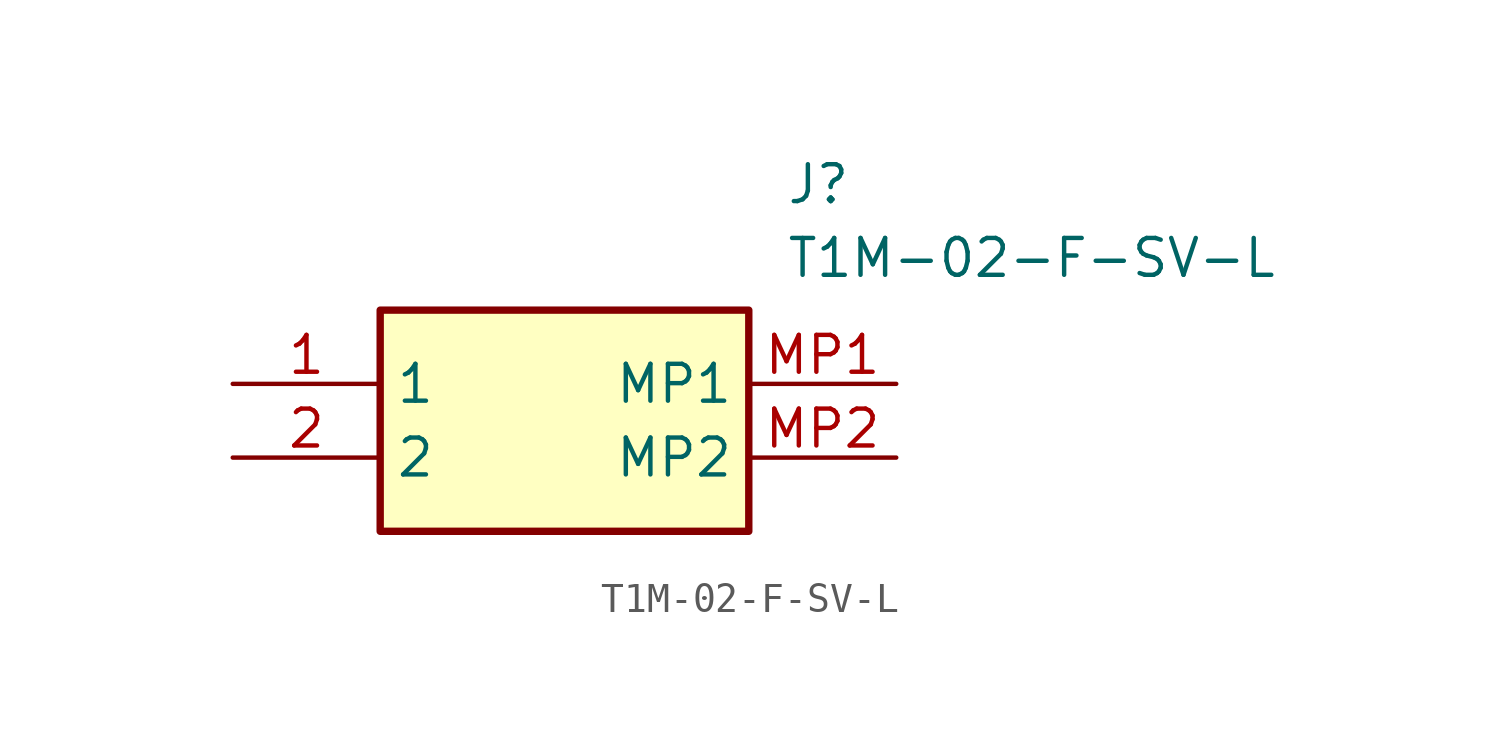
<source format=kicad_sym>
(kicad_symbol_lib
  (version 20211014)
  (generator SamacSys_ECAD_Model)
  (symbol "T1M-02-F-SV-L"
    (property "Reference" "J"
      (at 19.05 7.62 0)
      (effects (font (size 1.27 1.27)) (justify left top)))
    (property "Value" "T1M-02-F-SV-L"
      (at 19.05 5.08 0)
      (effects (font (size 1.27 1.27)) (justify left top)))
    (rectangle
      (start 5.08 2.54)
      (end 17.78 -5.08)
      (stroke (width 0.254) (type default))
      (fill (type background)))
    (pin passive line
      (at 0 0 0)
      (length 5.08)
      (name "1" (effects (font (size 1.27 1.27))))
      (number "1" (effects (font (size 1.27 1.27)))))
    (pin passive line
      (at 0 -2.54 0)
      (length 5.08)
      (name "2" (effects (font (size 1.27 1.27))))
      (number "2" (effects (font (size 1.27 1.27)))))
    (pin passive line
      (at 22.86 0 180)
      (length 5.08)
      (name "MP1" (effects (font (size 1.27 1.27))))
      (number "MP1" (effects (font (size 1.27 1.27)))))
    (pin passive line
      (at 22.86 -2.54 180)
      (length 5.08)
      (name "MP2" (effects (font (size 1.27 1.27))))
      (number "MP2" (effects (font (size 1.27 1.27)))))))
</source>
